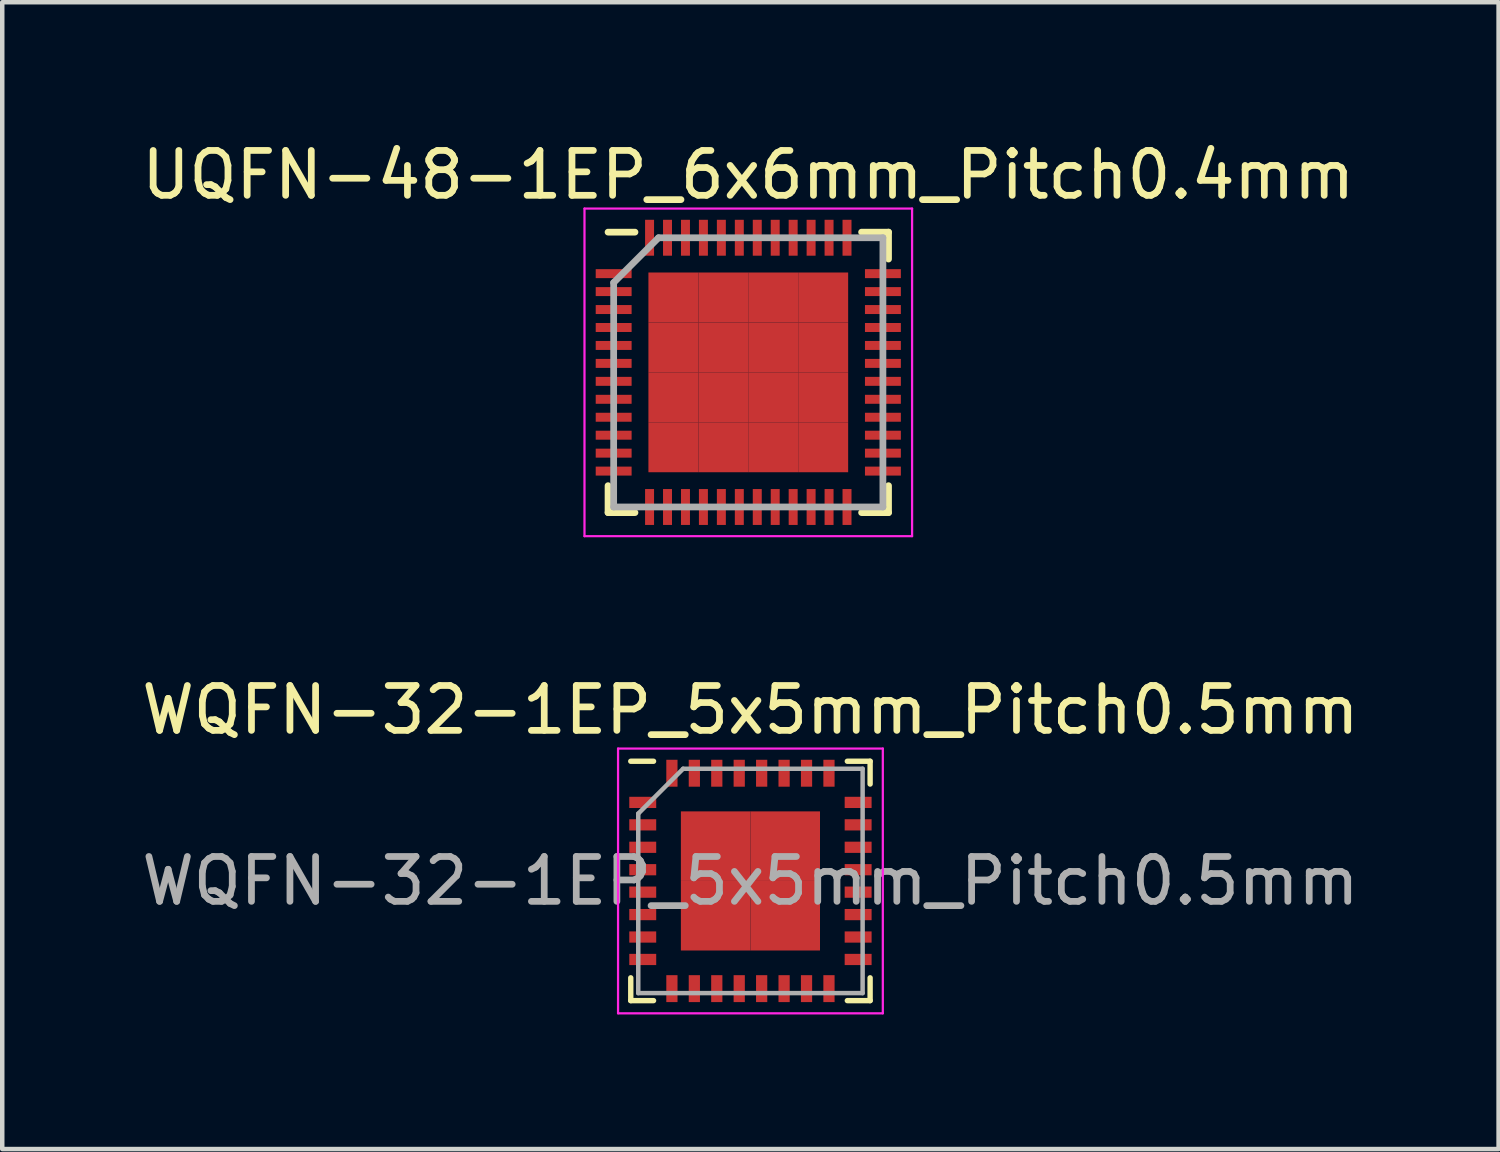
<source format=kicad_pcb>
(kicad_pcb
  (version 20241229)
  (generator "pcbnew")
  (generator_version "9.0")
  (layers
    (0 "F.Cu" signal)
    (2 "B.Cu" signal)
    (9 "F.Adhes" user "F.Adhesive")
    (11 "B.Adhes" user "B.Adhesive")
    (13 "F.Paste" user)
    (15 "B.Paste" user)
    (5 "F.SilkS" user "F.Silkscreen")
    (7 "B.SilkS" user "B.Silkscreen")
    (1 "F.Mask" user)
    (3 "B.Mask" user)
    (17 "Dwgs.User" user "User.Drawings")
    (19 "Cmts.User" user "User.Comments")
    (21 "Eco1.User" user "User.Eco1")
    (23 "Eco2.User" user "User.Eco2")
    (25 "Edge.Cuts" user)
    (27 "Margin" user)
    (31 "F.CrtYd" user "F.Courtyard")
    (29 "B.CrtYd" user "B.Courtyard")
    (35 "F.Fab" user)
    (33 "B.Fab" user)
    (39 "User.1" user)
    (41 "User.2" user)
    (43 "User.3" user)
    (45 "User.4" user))
  (footprint "WQFN-32-1EP_5x5mm_Pitch0.5mm"
    (layer "F.Cu")
    (at 13.673 16.581)
    (property "Reference" "WQFN-32-1EP_5x5mm_Pitch0.5mm" (at 0 -3.81 0) (layer "F.SilkS") (effects (font (size 1 1) (thickness 0.15))))
    (attr smd)
    (fp_line (start -2.667 2.667) (end -2.667 2.159) (stroke (width 0.12) (type solid)) (layer "F.SilkS"))
    (fp_line (start -2.159 -2.667) (end -2.667 -2.667) (stroke (width 0.12) (type solid)) (layer "F.SilkS"))
    (fp_line (start -2.159 2.667) (end -2.667 2.667) (stroke (width 0.12) (type solid)) (layer "F.SilkS"))
    (fp_line (start 2.159 -2.667) (end 2.667 -2.667) (stroke (width 0.12) (type solid)) (layer "F.SilkS"))
    (fp_line (start 2.667 -2.667) (end 2.667 -2.159) (stroke (width 0.12) (type solid)) (layer "F.SilkS"))
    (fp_line (start 2.667 2.159) (end 2.667 2.667) (stroke (width 0.12) (type solid)) (layer "F.SilkS"))
    (fp_line (start 2.667 2.667) (end 2.159 2.667) (stroke (width 0.12) (type solid)) (layer "F.SilkS"))
    (fp_line (start -2.95 -2.95) (end 2.95 -2.95) (stroke (width 0.05) (type solid)) (layer "F.CrtYd"))
    (fp_line (start -2.95 2.95) (end -2.95 -2.95) (stroke (width 0.05) (type solid)) (layer "F.CrtYd"))
    (fp_line (start 2.95 -2.95) (end 2.95 2.95) (stroke (width 0.05) (type solid)) (layer "F.CrtYd"))
    (fp_line (start 2.95 2.95) (end -2.95 2.95) (stroke (width 0.05) (type solid)) (layer "F.CrtYd"))
    (fp_line (start -2.5 -1.5) (end -2.5 2.5) (stroke (width 0.1) (type solid)) (layer "F.Fab"))
    (fp_line (start -1.5 -2.5) (end -2.5 -1.5) (stroke (width 0.1) (type solid)) (layer "F.Fab"))
    (fp_line (start 2.5 -2.5) (end -1.5 -2.5) (stroke (width 0.1) (type solid)) (layer "F.Fab"))
    (fp_line (start 2.5 -2.5) (end 2.5 2.5) (stroke (width 0.1) (type solid)) (layer "F.Fab"))
    (fp_line (start 2.5 2.5) (end -2.5 2.5) (stroke (width 0.1) (type solid)) (layer "F.Fab"))
    (fp_text user "${REFERENCE}" (at 0 0 0) (layer "F.Fab") (effects (font (size 1 1) (thickness 0.15))))
    (pad "1" smd rect (at -2.4 -1.75 90) (size 0.25 0.6) (layers "F.Cu" "F.Mask" "F.Paste"))
    (pad "2" smd rect (at -2.4 -1.25 90) (size 0.25 0.6) (layers "F.Cu" "F.Mask" "F.Paste"))
    (pad "3" smd rect (at -2.4 -0.75 90) (size 0.25 0.6) (layers "F.Cu" "F.Mask" "F.Paste"))
    (pad "4" smd rect (at -2.4 -0.25 90) (size 0.25 0.6) (layers "F.Cu" "F.Mask" "F.Paste"))
    (pad "5" smd rect (at -2.4 0.25 90) (size 0.25 0.6) (layers "F.Cu" "F.Mask" "F.Paste"))
    (pad "6" smd rect (at -2.4 0.75 90) (size 0.25 0.6) (layers "F.Cu" "F.Mask" "F.Paste"))
    (pad "7" smd rect (at -2.4 1.25 90) (size 0.25 0.6) (layers "F.Cu" "F.Mask" "F.Paste"))
    (pad "8" smd rect (at -2.4 1.75 90) (size 0.25 0.6) (layers "F.Cu" "F.Mask" "F.Paste"))
    (pad "9" smd rect (at -1.75 2.4) (size 0.25 0.6) (layers "F.Cu" "F.Mask" "F.Paste"))
    (pad "10" smd rect (at -1.25 2.4) (size 0.25 0.6) (layers "F.Cu" "F.Mask" "F.Paste"))
    (pad "11" smd rect (at -0.75 2.4) (size 0.25 0.6) (layers "F.Cu" "F.Mask" "F.Paste"))
    (pad "12" smd rect (at -0.25 2.4) (size 0.25 0.6) (layers "F.Cu" "F.Mask" "F.Paste"))
    (pad "13" smd rect (at 0.25 2.4) (size 0.25 0.6) (layers "F.Cu" "F.Mask" "F.Paste"))
    (pad "14" smd rect (at 0.75 2.4) (size 0.25 0.6) (layers "F.Cu" "F.Mask" "F.Paste"))
    (pad "15" smd rect (at 1.25 2.4) (size 0.25 0.6) (layers "F.Cu" "F.Mask" "F.Paste"))
    (pad "16" smd rect (at 1.75 2.4) (size 0.25 0.6) (layers "F.Cu" "F.Mask" "F.Paste"))
    (pad "17" smd rect (at 2.4 1.75 90) (size 0.25 0.6) (layers "F.Cu" "F.Mask" "F.Paste"))
    (pad "18" smd rect (at 2.4 1.25 90) (size 0.25 0.6) (layers "F.Cu" "F.Mask" "F.Paste"))
    (pad "19" smd rect (at 2.4 0.75 90) (size 0.25 0.6) (layers "F.Cu" "F.Mask" "F.Paste"))
    (pad "20" smd rect (at 2.4 0.25 90) (size 0.25 0.6) (layers "F.Cu" "F.Mask" "F.Paste"))
    (pad "21" smd rect (at 2.4 -0.25 90) (size 0.25 0.6) (layers "F.Cu" "F.Mask" "F.Paste"))
    (pad "22" smd rect (at 2.4 -0.75 90) (size 0.25 0.6) (layers "F.Cu" "F.Mask" "F.Paste"))
    (pad "23" smd rect (at 2.4 -1.25 90) (size 0.25 0.6) (layers "F.Cu" "F.Mask" "F.Paste"))
    (pad "24" smd rect (at 2.4 -1.75 90) (size 0.25 0.6) (layers "F.Cu" "F.Mask" "F.Paste"))
    (pad "25" smd rect (at 1.75 -2.4) (size 0.25 0.6) (layers "F.Cu" "F.Mask" "F.Paste"))
    (pad "26" smd rect (at 1.25 -2.4) (size 0.25 0.6) (layers "F.Cu" "F.Mask" "F.Paste"))
    (pad "27" smd rect (at 0.75 -2.4) (size 0.25 0.6) (layers "F.Cu" "F.Mask" "F.Paste"))
    (pad "28" smd rect (at 0.25 -2.4) (size 0.25 0.6) (layers "F.Cu" "F.Mask" "F.Paste"))
    (pad "29" smd rect (at -0.25 -2.4) (size 0.25 0.6) (layers "F.Cu" "F.Mask" "F.Paste"))
    (pad "30" smd rect (at -0.75 -2.4) (size 0.25 0.6) (layers "F.Cu" "F.Mask" "F.Paste"))
    (pad "31" smd rect (at -1.25 -2.4) (size 0.25 0.6) (layers "F.Cu" "F.Mask" "F.Paste"))
    (pad "32" smd rect (at -1.75 -2.4) (size 0.25 0.6) (layers "F.Cu" "F.Mask" "F.Paste"))
    (pad "33" smd rect (at -0.775 -0.775) (size 1.55 1.55) (layers "F.Cu" "F.Mask" "F.Paste"))
    (pad "33" smd rect (at -0.775 0.775) (size 1.55 1.55) (layers "F.Cu" "F.Mask" "F.Paste"))
    (pad "33" smd rect (at 0.775 -0.775) (size 1.55 1.55) (layers "F.Cu" "F.Mask" "F.Paste"))
    (pad "33" smd rect (at 0.775 0.775) (size 1.55 1.55) (layers "F.Cu" "F.Mask" "F.Paste")))
  (footprint "UQFN-48-1EP_6x6mm_Pitch0.4mm"
    (layer "F.Cu")
    (at 13.625 5.248)
    (property "Reference" "UQFN-48-1EP_6x6mm_Pitch0.4mm" (at 0 -4.4 0) (layer "F.SilkS") (effects (font (size 1 1) (thickness 0.15))))
    (attr smd)
    (fp_line (start -3.125 -3.125) (end -2.525 -3.125) (stroke (width 0.15) (type solid)) (layer "F.SilkS"))
    (fp_line (start -3.125 3.125) (end -3.125 2.525) (stroke (width 0.15) (type solid)) (layer "F.SilkS"))
    (fp_line (start -3.125 3.125) (end -2.525 3.125) (stroke (width 0.15) (type solid)) (layer "F.SilkS"))
    (fp_line (start 3.125 -3.125) (end 2.525 -3.125) (stroke (width 0.15) (type solid)) (layer "F.SilkS"))
    (fp_line (start 3.125 -3.125) (end 3.125 -2.525) (stroke (width 0.15) (type solid)) (layer "F.SilkS"))
    (fp_line (start 3.125 3.125) (end 2.525 3.125) (stroke (width 0.15) (type solid)) (layer "F.SilkS"))
    (fp_line (start 3.125 3.125) (end 3.125 2.525) (stroke (width 0.15) (type solid)) (layer "F.SilkS"))
    (fp_line (start -3.65 -3.65) (end -3.65 3.65) (stroke (width 0.05) (type solid)) (layer "F.CrtYd"))
    (fp_line (start -3.65 -3.65) (end 3.65 -3.65) (stroke (width 0.05) (type solid)) (layer "F.CrtYd"))
    (fp_line (start -3.65 3.65) (end 3.65 3.65) (stroke (width 0.05) (type solid)) (layer "F.CrtYd"))
    (fp_line (start 3.65 -3.65) (end 3.65 3.65) (stroke (width 0.05) (type solid)) (layer "F.CrtYd"))
    (fp_line (start -3 -2) (end -2 -3) (stroke (width 0.15) (type solid)) (layer "F.Fab"))
    (fp_line (start -3 3) (end -3 -2) (stroke (width 0.15) (type solid)) (layer "F.Fab"))
    (fp_line (start -2 -3) (end 3 -3) (stroke (width 0.15) (type solid)) (layer "F.Fab"))
    (fp_line (start 3 -3) (end 3 3) (stroke (width 0.15) (type solid)) (layer "F.Fab"))
    (fp_line (start 3 3) (end -3 3) (stroke (width 0.15) (type solid)) (layer "F.Fab"))
    (pad "1" smd rect (at -3 -2.2) (size 0.8 0.2) (layers "F.Cu" "F.Mask" "F.Paste"))
    (pad "2" smd rect (at -3 -1.8) (size 0.8 0.2) (layers "F.Cu" "F.Mask" "F.Paste"))
    (pad "3" smd rect (at -3 -1.4) (size 0.8 0.2) (layers "F.Cu" "F.Mask" "F.Paste"))
    (pad "4" smd rect (at -3 -1) (size 0.8 0.2) (layers "F.Cu" "F.Mask" "F.Paste"))
    (pad "5" smd rect (at -3 -0.6) (size 0.8 0.2) (layers "F.Cu" "F.Mask" "F.Paste"))
    (pad "6" smd rect (at -3 -0.2) (size 0.8 0.2) (layers "F.Cu" "F.Mask" "F.Paste"))
    (pad "7" smd rect (at -3 0.2) (size 0.8 0.2) (layers "F.Cu" "F.Mask" "F.Paste"))
    (pad "8" smd rect (at -3 0.6) (size 0.8 0.2) (layers "F.Cu" "F.Mask" "F.Paste"))
    (pad "9" smd rect (at -3 1) (size 0.8 0.2) (layers "F.Cu" "F.Mask" "F.Paste"))
    (pad "10" smd rect (at -3 1.4) (size 0.8 0.2) (layers "F.Cu" "F.Mask" "F.Paste"))
    (pad "11" smd rect (at -3 1.8) (size 0.8 0.2) (layers "F.Cu" "F.Mask" "F.Paste"))
    (pad "12" smd rect (at -3 2.2) (size 0.8 0.2) (layers "F.Cu" "F.Mask" "F.Paste"))
    (pad "13" smd rect (at -2.2 3 90) (size 0.8 0.2) (layers "F.Cu" "F.Mask" "F.Paste"))
    (pad "14" smd rect (at -1.8 3 90) (size 0.8 0.2) (layers "F.Cu" "F.Mask" "F.Paste"))
    (pad "15" smd rect (at -1.4 3 90) (size 0.8 0.2) (layers "F.Cu" "F.Mask" "F.Paste"))
    (pad "16" smd rect (at -1 3 90) (size 0.8 0.2) (layers "F.Cu" "F.Mask" "F.Paste"))
    (pad "17" smd rect (at -0.6 3 90) (size 0.8 0.2) (layers "F.Cu" "F.Mask" "F.Paste"))
    (pad "18" smd rect (at -0.2 3 90) (size 0.8 0.2) (layers "F.Cu" "F.Mask" "F.Paste"))
    (pad "19" smd rect (at 0.2 3 90) (size 0.8 0.2) (layers "F.Cu" "F.Mask" "F.Paste"))
    (pad "20" smd rect (at 0.6 3 90) (size 0.8 0.2) (layers "F.Cu" "F.Mask" "F.Paste"))
    (pad "21" smd rect (at 1 3 90) (size 0.8 0.2) (layers "F.Cu" "F.Mask" "F.Paste"))
    (pad "22" smd rect (at 1.4 3 90) (size 0.8 0.2) (layers "F.Cu" "F.Mask" "F.Paste"))
    (pad "23" smd rect (at 1.8 3 90) (size 0.8 0.2) (layers "F.Cu" "F.Mask" "F.Paste"))
    (pad "24" smd rect (at 2.2 3 90) (size 0.8 0.2) (layers "F.Cu" "F.Mask" "F.Paste"))
    (pad "25" smd rect (at 3 2.2) (size 0.8 0.2) (layers "F.Cu" "F.Mask" "F.Paste"))
    (pad "26" smd rect (at 3 1.8) (size 0.8 0.2) (layers "F.Cu" "F.Mask" "F.Paste"))
    (pad "27" smd rect (at 3 1.4) (size 0.8 0.2) (layers "F.Cu" "F.Mask" "F.Paste"))
    (pad "28" smd rect (at 3 1) (size 0.8 0.2) (layers "F.Cu" "F.Mask" "F.Paste"))
    (pad "29" smd rect (at 3 0.6) (size 0.8 0.2) (layers "F.Cu" "F.Mask" "F.Paste"))
    (pad "30" smd rect (at 3 0.2) (size 0.8 0.2) (layers "F.Cu" "F.Mask" "F.Paste"))
    (pad "31" smd rect (at 3 -0.2) (size 0.8 0.2) (layers "F.Cu" "F.Mask" "F.Paste"))
    (pad "32" smd rect (at 3 -0.6) (size 0.8 0.2) (layers "F.Cu" "F.Mask" "F.Paste"))
    (pad "33" smd rect (at 3 -1) (size 0.8 0.2) (layers "F.Cu" "F.Mask" "F.Paste"))
    (pad "34" smd rect (at 3 -1.4) (size 0.8 0.2) (layers "F.Cu" "F.Mask" "F.Paste"))
    (pad "35" smd rect (at 3 -1.8) (size 0.8 0.2) (layers "F.Cu" "F.Mask" "F.Paste"))
    (pad "36" smd rect (at 3 -2.2) (size 0.8 0.2) (layers "F.Cu" "F.Mask" "F.Paste"))
    (pad "37" smd rect (at 2.2 -3 90) (size 0.8 0.2) (layers "F.Cu" "F.Mask" "F.Paste"))
    (pad "38" smd rect (at 1.8 -3 90) (size 0.8 0.2) (layers "F.Cu" "F.Mask" "F.Paste"))
    (pad "39" smd rect (at 1.4 -3 90) (size 0.8 0.2) (layers "F.Cu" "F.Mask" "F.Paste"))
    (pad "40" smd rect (at 1 -3 90) (size 0.8 0.2) (layers "F.Cu" "F.Mask" "F.Paste"))
    (pad "41" smd rect (at 0.6 -3 90) (size 0.8 0.2) (layers "F.Cu" "F.Mask" "F.Paste"))
    (pad "42" smd rect (at 0.2 -3 90) (size 0.8 0.2) (layers "F.Cu" "F.Mask" "F.Paste"))
    (pad "43" smd rect (at -0.2 -3 90) (size 0.8 0.2) (layers "F.Cu" "F.Mask" "F.Paste"))
    (pad "44" smd rect (at -0.6 -3 90) (size 0.8 0.2) (layers "F.Cu" "F.Mask" "F.Paste"))
    (pad "45" smd rect (at -1 -3 90) (size 0.8 0.2) (layers "F.Cu" "F.Mask" "F.Paste"))
    (pad "46" smd rect (at -1.4 -3 90) (size 0.8 0.2) (layers "F.Cu" "F.Mask" "F.Paste"))
    (pad "47" smd rect (at -1.8 -3 90) (size 0.8 0.2) (layers "F.Cu" "F.Mask" "F.Paste"))
    (pad "48" smd rect (at -2.2 -3 90) (size 0.8 0.2) (layers "F.Cu" "F.Mask" "F.Paste"))
    (pad "49" smd rect (at -1.669 -1.669) (size 1.113 1.113) (layers "F.Cu" "F.Mask" "F.Paste"))
    (pad "49" smd rect (at -1.669 -0.556) (size 1.113 1.113) (layers "F.Cu" "F.Mask" "F.Paste"))
    (pad "49" smd rect (at -1.669 0.556) (size 1.113 1.113) (layers "F.Cu" "F.Mask" "F.Paste"))
    (pad "49" smd rect (at -1.669 1.669) (size 1.113 1.113) (layers "F.Cu" "F.Mask" "F.Paste"))
    (pad "49" smd rect (at -0.556 -1.669) (size 1.113 1.113) (layers "F.Cu" "F.Mask" "F.Paste"))
    (pad "49" smd rect (at -0.556 -0.556) (size 1.113 1.113) (layers "F.Cu" "F.Mask" "F.Paste"))
    (pad "49" smd rect (at -0.556 0.556) (size 1.113 1.113) (layers "F.Cu" "F.Mask" "F.Paste"))
    (pad "49" smd rect (at -0.556 1.669) (size 1.113 1.113) (layers "F.Cu" "F.Mask" "F.Paste"))
    (pad "49" smd rect (at 0.556 -1.669) (size 1.113 1.113) (layers "F.Cu" "F.Mask" "F.Paste"))
    (pad "49" smd rect (at 0.556 -0.556) (size 1.113 1.113) (layers "F.Cu" "F.Mask" "F.Paste"))
    (pad "49" smd rect (at 0.556 0.556) (size 1.113 1.113) (layers "F.Cu" "F.Mask" "F.Paste"))
    (pad "49" smd rect (at 0.556 1.669) (size 1.113 1.113) (layers "F.Cu" "F.Mask" "F.Paste"))
    (pad "49" smd rect (at 1.669 -1.669) (size 1.113 1.113) (layers "F.Cu" "F.Mask" "F.Paste"))
    (pad "49" smd rect (at 1.669 -0.556) (size 1.113 1.113) (layers "F.Cu" "F.Mask" "F.Paste"))
    (pad "49" smd rect (at 1.669 0.556) (size 1.113 1.113) (layers "F.Cu" "F.Mask" "F.Paste"))
    (pad "49" smd rect (at 1.669 1.669) (size 1.113 1.113) (layers "F.Cu" "F.Mask" "F.Paste")))
  (gr_rect
    (start -3 -3)
    (end 30.345 22.556)
    (stroke (width 0.1) (type default))
    (fill no)
    (layer "Edge.Cuts")))
</source>
